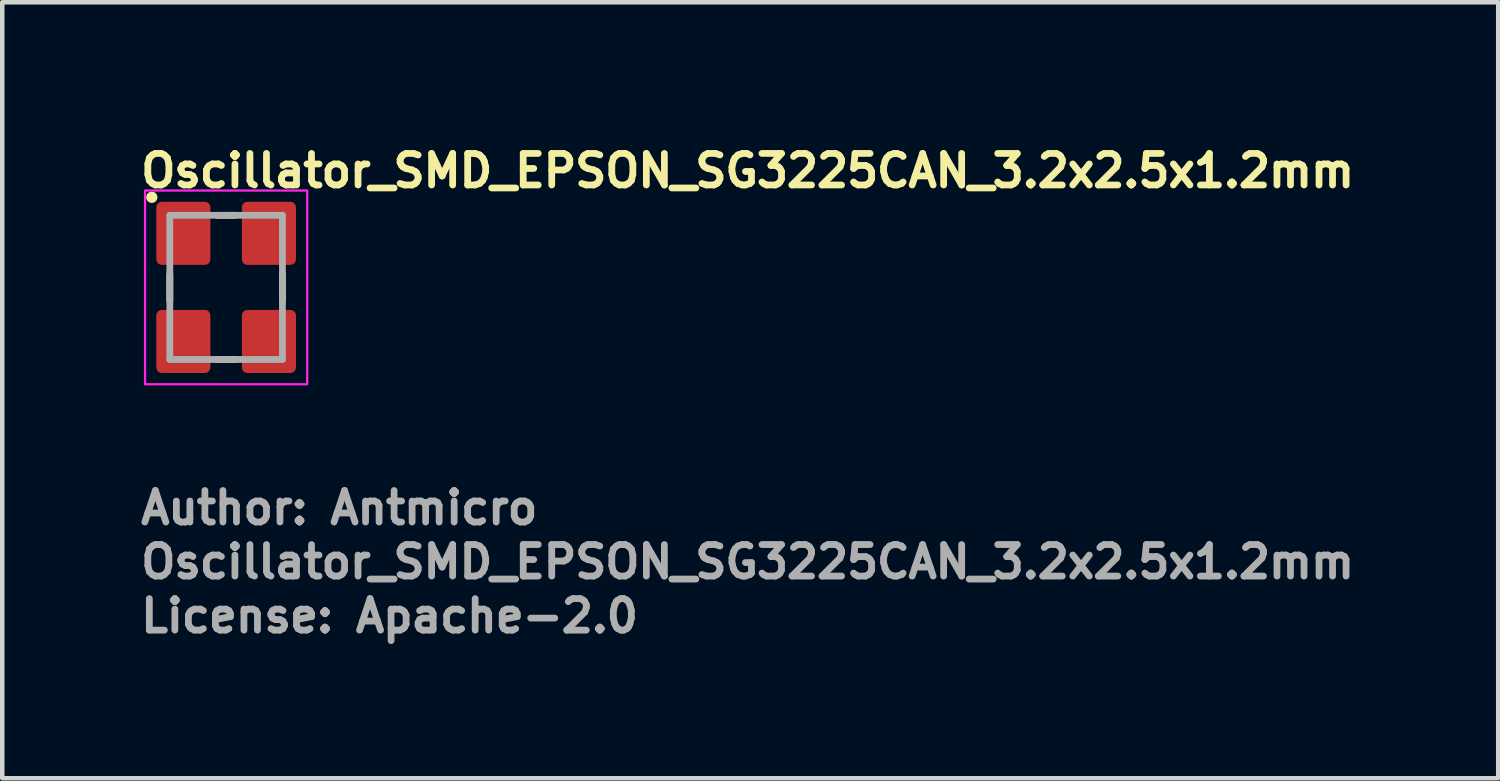
<source format=kicad_pcb>
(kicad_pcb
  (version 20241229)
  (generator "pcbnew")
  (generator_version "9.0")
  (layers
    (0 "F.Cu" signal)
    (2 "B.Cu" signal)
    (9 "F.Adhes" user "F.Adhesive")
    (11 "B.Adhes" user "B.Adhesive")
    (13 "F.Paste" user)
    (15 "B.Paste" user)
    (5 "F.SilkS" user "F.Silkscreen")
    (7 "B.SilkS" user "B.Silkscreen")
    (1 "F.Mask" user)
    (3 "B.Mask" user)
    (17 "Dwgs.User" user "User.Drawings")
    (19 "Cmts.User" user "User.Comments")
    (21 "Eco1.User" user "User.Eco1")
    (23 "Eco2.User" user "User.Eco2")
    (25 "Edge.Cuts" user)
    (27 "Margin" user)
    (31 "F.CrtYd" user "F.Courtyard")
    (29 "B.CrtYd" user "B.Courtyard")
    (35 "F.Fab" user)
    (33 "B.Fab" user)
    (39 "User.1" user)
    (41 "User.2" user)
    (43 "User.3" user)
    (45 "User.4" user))
  (footprint "Oscillator_SMD_EPSON_SG3225CAN_3.2x2.5x1.2mm"
    (layer "F.Cu")
    (at 1.97 3.33)
    (property "Reference" "Oscillator_SMD_EPSON_SG3225CAN_3.2x2.5x1.2mm" (at -1.97 -2.18 0) (unlocked yes) (layer "F.SilkS") (effects (font (size 0.7 0.7) (thickness 0.15)) (justify left bottom)))
    (attr smd)
    (fp_line (start -1.25 -0.3) (end -1.25 0.3) (stroke (width 0.15) (type solid)) (layer "F.SilkS"))
    (fp_line (start -0.2 -1.6) (end 0.2 -1.6) (stroke (width 0.15) (type solid)) (layer "F.SilkS"))
    (fp_line (start -0.2 1.6) (end 0.2 1.6) (stroke (width 0.15) (type solid)) (layer "F.SilkS"))
    (fp_line (start 1.25 -0.3) (end 1.25 0.3) (stroke (width 0.15) (type solid)) (layer "F.SilkS"))
    (fp_circle (center -1.65 -2) (end -1.6 -2) (stroke (width 0.15) (type solid)) (fill yes) (layer "F.SilkS"))
    (fp_rect (start -1.8 -2.15) (end 1.8 2.15) (stroke (width 0.05) (type solid)) (fill no) (layer "F.CrtYd"))
    (fp_line (start -1.25 -1.6) (end -1.25 1.6) (stroke (width 0.15) (type solid)) (layer "F.Fab"))
    (fp_line (start 1.25 -1.6) (end -1.25 -1.6) (stroke (width 0.15) (type solid)) (layer "F.Fab"))
    (fp_line (start 1.25 -1.6) (end 1.25 1.6) (stroke (width 0.15) (type solid)) (layer "F.Fab"))
    (fp_line (start 1.25 1.6) (end -1.25 1.6) (stroke (width 0.15) (type solid)) (layer "F.Fab"))
    (fp_rect (start -1.25 -1.6) (end 1.25 1.6) (stroke (width 0.1) (type solid)) (fill no) (layer "User.5"))
    (fp_line (start -1.25 -1.475) (end -1.25 1.475) (stroke (width 0.02) (type solid)) (layer "User.9"))
    (fp_line (start -1.25 -1.475) (end -1.244 -1.475) (stroke (width 0.02) (type solid)) (layer "User.9"))
    (fp_line (start -1.244 -1.475) (end -1.238 -1.476) (stroke (width 0.02) (type solid)) (layer "User.9"))
    (fp_line (start -1.244 1.475) (end -1.25 1.475) (stroke (width 0.02) (type solid)) (layer "User.9"))
    (fp_line (start -1.238 -1.476) (end -1.232 -1.476) (stroke (width 0.02) (type solid)) (layer "User.9"))
    (fp_line (start -1.238 1.476) (end -1.244 1.475) (stroke (width 0.02) (type solid)) (layer "User.9"))
    (fp_line (start -1.232 -1.476) (end -1.226 -1.477) (stroke (width 0.02) (type solid)) (layer "User.9"))
    (fp_line (start -1.232 1.476) (end -1.238 1.476) (stroke (width 0.02) (type solid)) (layer "User.9"))
    (fp_line (start -1.226 -1.477) (end -1.22 -1.479) (stroke (width 0.02) (type solid)) (layer "User.9"))
    (fp_line (start -1.226 1.477) (end -1.232 1.476) (stroke (width 0.02) (type solid)) (layer "User.9"))
    (fp_line (start -1.22 -1.479) (end -1.214 -1.48) (stroke (width 0.02) (type solid)) (layer "User.9"))
    (fp_line (start -1.22 1.479) (end -1.226 1.477) (stroke (width 0.02) (type solid)) (layer "User.9"))
    (fp_line (start -1.214 -1.48) (end -1.208 -1.482) (stroke (width 0.02) (type solid)) (layer "User.9"))
    (fp_line (start -1.214 1.48) (end -1.22 1.479) (stroke (width 0.02) (type solid)) (layer "User.9"))
    (fp_line (start -1.208 -1.482) (end -1.202 -1.485) (stroke (width 0.02) (type solid)) (layer "User.9"))
    (fp_line (start -1.208 1.482) (end -1.214 1.48) (stroke (width 0.02) (type solid)) (layer "User.9"))
    (fp_line (start -1.202 -1.485) (end -1.197 -1.487) (stroke (width 0.02) (type solid)) (layer "User.9"))
    (fp_line (start -1.202 1.485) (end -1.208 1.482) (stroke (width 0.02) (type solid)) (layer "User.9"))
    (fp_line (start -1.197 -1.487) (end -1.191 -1.49) (stroke (width 0.02) (type solid)) (layer "User.9"))
    (fp_line (start -1.197 1.487) (end -1.202 1.485) (stroke (width 0.02) (type solid)) (layer "User.9"))
    (fp_line (start -1.191 -1.49) (end -1.186 -1.493) (stroke (width 0.02) (type solid)) (layer "User.9"))
    (fp_line (start -1.191 1.49) (end -1.197 1.487) (stroke (width 0.02) (type solid)) (layer "User.9"))
    (fp_line (start -1.186 -1.493) (end -1.181 -1.496) (stroke (width 0.02) (type solid)) (layer "User.9"))
    (fp_line (start -1.186 1.493) (end -1.191 1.49) (stroke (width 0.02) (type solid)) (layer "User.9"))
    (fp_line (start -1.181 -1.496) (end -1.176 -1.5) (stroke (width 0.02) (type solid)) (layer "User.9"))
    (fp_line (start -1.181 1.496) (end -1.186 1.493) (stroke (width 0.02) (type solid)) (layer "User.9"))
    (fp_line (start -1.176 -1.5) (end -1.171 -1.503) (stroke (width 0.02) (type solid)) (layer "User.9"))
    (fp_line (start -1.176 1.5) (end -1.181 1.496) (stroke (width 0.02) (type solid)) (layer "User.9"))
    (fp_line (start -1.171 -1.503) (end -1.166 -1.507) (stroke (width 0.02) (type solid)) (layer "User.9"))
    (fp_line (start -1.171 1.503) (end -1.176 1.5) (stroke (width 0.02) (type solid)) (layer "User.9"))
    (fp_line (start -1.166 -1.507) (end -1.162 -1.512) (stroke (width 0.02) (type solid)) (layer "User.9"))
    (fp_line (start -1.166 1.507) (end -1.171 1.503) (stroke (width 0.02) (type solid)) (layer "User.9"))
    (fp_line (start -1.162 -1.512) (end -1.162 -1.512) (stroke (width 0.02) (type solid)) (layer "User.9"))
    (fp_line (start -1.162 -1.512) (end -1.157 -1.516) (stroke (width 0.02) (type solid)) (layer "User.9"))
    (fp_line (start -1.162 1.512) (end -1.166 1.507) (stroke (width 0.02) (type solid)) (layer "User.9"))
    (fp_line (start -1.162 1.512) (end -1.162 1.512) (stroke (width 0.02) (type solid)) (layer "User.9"))
    (fp_line (start -1.157 -1.516) (end -1.153 -1.521) (stroke (width 0.02) (type solid)) (layer "User.9"))
    (fp_line (start -1.157 1.516) (end -1.162 1.512) (stroke (width 0.02) (type solid)) (layer "User.9"))
    (fp_line (start -1.153 -1.521) (end -1.15 -1.526) (stroke (width 0.02) (type solid)) (layer "User.9"))
    (fp_line (start -1.153 1.521) (end -1.157 1.516) (stroke (width 0.02) (type solid)) (layer "User.9"))
    (fp_line (start -1.15 -1.526) (end -1.146 -1.531) (stroke (width 0.02) (type solid)) (layer "User.9"))
    (fp_line (start -1.15 -1.41) (end -1.15 -1.405) (stroke (width 0.02) (type solid)) (layer "User.9"))
    (fp_line (start -1.15 -1.405) (end -1.15 -1.4) (stroke (width 0.02) (type solid)) (layer "User.9"))
    (fp_line (start -1.15 -1.4) (end -1.15 1.4) (stroke (width 0.02) (type solid)) (layer "User.9"))
    (fp_line (start -1.15 1.4) (end -1.15 1.405) (stroke (width 0.02) (type solid)) (layer "User.9"))
    (fp_line (start -1.15 1.405) (end -1.15 1.41) (stroke (width 0.02) (type solid)) (layer "User.9"))
    (fp_line (start -1.15 1.41) (end -1.149 1.415) (stroke (width 0.02) (type solid)) (layer "User.9"))
    (fp_line (start -1.15 1.526) (end -1.153 1.521) (stroke (width 0.02) (type solid)) (layer "User.9"))
    (fp_line (start -1.149 -1.415) (end -1.15 -1.41) (stroke (width 0.02) (type solid)) (layer "User.9"))
    (fp_line (start -1.149 1.415) (end -1.148 1.42) (stroke (width 0.02) (type solid)) (layer "User.9"))
    (fp_line (start -1.148 -1.42) (end -1.149 -1.415) (stroke (width 0.02) (type solid)) (layer "User.9"))
    (fp_line (start -1.148 1.42) (end -1.147 1.424) (stroke (width 0.02) (type solid)) (layer "User.9"))
    (fp_line (start -1.147 -1.424) (end -1.148 -1.42) (stroke (width 0.02) (type solid)) (layer "User.9"))
    (fp_line (start -1.147 1.424) (end -1.146 1.429) (stroke (width 0.02) (type solid)) (layer "User.9"))
    (fp_line (start -1.146 -1.531) (end -1.143 -1.536) (stroke (width 0.02) (type solid)) (layer "User.9"))
    (fp_line (start -1.146 -1.429) (end -1.147 -1.424) (stroke (width 0.02) (type solid)) (layer "User.9"))
    (fp_line (start -1.146 1.429) (end -1.144 1.434) (stroke (width 0.02) (type solid)) (layer "User.9"))
    (fp_line (start -1.146 1.531) (end -1.15 1.526) (stroke (width 0.02) (type solid)) (layer "User.9"))
    (fp_line (start -1.144 -1.434) (end -1.146 -1.429) (stroke (width 0.02) (type solid)) (layer "User.9"))
    (fp_line (start -1.144 1.434) (end -1.142 1.438) (stroke (width 0.02) (type solid)) (layer "User.9"))
    (fp_line (start -1.143 -1.536) (end -1.14 -1.541) (stroke (width 0.02) (type solid)) (layer "User.9"))
    (fp_line (start -1.143 1.536) (end -1.146 1.531) (stroke (width 0.02) (type solid)) (layer "User.9"))
    (fp_line (start -1.142 -1.438) (end -1.144 -1.434) (stroke (width 0.02) (type solid)) (layer "User.9"))
    (fp_line (start -1.142 1.438) (end -1.14 1.443) (stroke (width 0.02) (type solid)) (layer "User.9"))
    (fp_line (start -1.14 -1.541) (end -1.137 -1.547) (stroke (width 0.02) (type solid)) (layer "User.9"))
    (fp_line (start -1.14 -1.443) (end -1.142 -1.438) (stroke (width 0.02) (type solid)) (layer "User.9"))
    (fp_line (start -1.14 1.443) (end -1.138 1.447) (stroke (width 0.02) (type solid)) (layer "User.9"))
    (fp_line (start -1.14 1.541) (end -1.143 1.536) (stroke (width 0.02) (type solid)) (layer "User.9"))
    (fp_line (start -1.138 -1.447) (end -1.14 -1.443) (stroke (width 0.02) (type solid)) (layer "User.9"))
    (fp_line (start -1.138 1.447) (end -1.136 1.451) (stroke (width 0.02) (type solid)) (layer "User.9"))
    (fp_line (start -1.137 -1.547) (end -1.135 -1.552) (stroke (width 0.02) (type solid)) (layer "User.9"))
    (fp_line (start -1.137 1.547) (end -1.14 1.541) (stroke (width 0.02) (type solid)) (layer "User.9"))
    (fp_line (start -1.136 -1.451) (end -1.138 -1.447) (stroke (width 0.02) (type solid)) (layer "User.9"))
    (fp_line (start -1.136 1.451) (end -1.133 1.455) (stroke (width 0.02) (type solid)) (layer "User.9"))
    (fp_line (start -1.135 -1.552) (end -1.132 -1.558) (stroke (width 0.02) (type solid)) (layer "User.9"))
    (fp_line (start -1.135 1.552) (end -1.137 1.547) (stroke (width 0.02) (type solid)) (layer "User.9"))
    (fp_line (start -1.133 -1.455) (end -1.136 -1.451) (stroke (width 0.02) (type solid)) (layer "User.9"))
    (fp_line (start -1.133 1.455) (end -1.13 1.459) (stroke (width 0.02) (type solid)) (layer "User.9"))
    (fp_line (start -1.132 -1.558) (end -1.13 -1.564) (stroke (width 0.02) (type solid)) (layer "User.9"))
    (fp_line (start -1.132 1.558) (end -1.135 1.552) (stroke (width 0.02) (type solid)) (layer "User.9"))
    (fp_line (start -1.13 -1.564) (end -1.129 -1.57) (stroke (width 0.02) (type solid)) (layer "User.9"))
    (fp_line (start -1.13 -1.459) (end -1.133 -1.455) (stroke (width 0.02) (type solid)) (layer "User.9"))
    (fp_line (start -1.13 1.459) (end -1.127 1.463) (stroke (width 0.02) (type solid)) (layer "User.9"))
    (fp_line (start -1.13 1.564) (end -1.132 1.558) (stroke (width 0.02) (type solid)) (layer "User.9"))
    (fp_line (start -1.129 -1.57) (end -1.127 -1.575) (stroke (width 0.02) (type solid)) (layer "User.9"))
    (fp_line (start -1.129 1.57) (end -1.13 1.564) (stroke (width 0.02) (type solid)) (layer "User.9"))
    (fp_line (start -1.127 -1.575) (end -1.126 -1.582) (stroke (width 0.02) (type solid)) (layer "User.9"))
    (fp_line (start -1.127 -1.463) (end -1.13 -1.459) (stroke (width 0.02) (type solid)) (layer "User.9"))
    (fp_line (start -1.127 1.463) (end -1.124 1.467) (stroke (width 0.02) (type solid)) (layer "User.9"))
    (fp_line (start -1.127 1.575) (end -1.129 1.57) (stroke (width 0.02) (type solid)) (layer "User.9"))
    (fp_line (start -1.126 -1.588) (end -1.125 -1.594) (stroke (width 0.02) (type solid)) (layer "User.9"))
    (fp_line (start -1.126 -1.582) (end -1.126 -1.588) (stroke (width 0.02) (type solid)) (layer "User.9"))
    (fp_line (start -1.126 1.582) (end -1.127 1.575) (stroke (width 0.02) (type solid)) (layer "User.9"))
    (fp_line (start -1.126 1.588) (end -1.126 1.582) (stroke (width 0.02) (type solid)) (layer "User.9"))
    (fp_line (start -1.125 -1.6) (end -0.55 -1.6) (stroke (width 0.02) (type solid)) (layer "User.9"))
    (fp_line (start -1.125 -1.594) (end -1.125 -1.6) (stroke (width 0.02) (type solid)) (layer "User.9"))
    (fp_line (start -1.125 1.594) (end -1.126 1.588) (stroke (width 0.02) (type solid)) (layer "User.9"))
    (fp_line (start -1.125 1.6) (end -1.125 1.594) (stroke (width 0.02) (type solid)) (layer "User.9"))
    (fp_line (start -1.125 1.6) (end -0.55 1.6) (stroke (width 0.02) (type solid)) (layer "User.9"))
    (fp_line (start -1.124 -1.467) (end -1.127 -1.463) (stroke (width 0.02) (type solid)) (layer "User.9"))
    (fp_line (start -1.124 1.467) (end -1.121 1.471) (stroke (width 0.02) (type solid)) (layer "User.9"))
    (fp_line (start -1.121 -1.471) (end -1.124 -1.467) (stroke (width 0.02) (type solid)) (layer "User.9"))
    (fp_line (start -1.121 -1.471) (end -1.121 -1.471) (stroke (width 0.02) (type solid)) (layer "User.9"))
    (fp_line (start -1.121 1.471) (end -1.121 1.471) (stroke (width 0.02) (type solid)) (layer "User.9"))
    (fp_line (start -1.121 1.471) (end -1.117 1.474) (stroke (width 0.02) (type solid)) (layer "User.9"))
    (fp_line (start -1.117 -1.474) (end -1.121 -1.471) (stroke (width 0.02) (type solid)) (layer "User.9"))
    (fp_line (start -1.117 1.474) (end -1.113 1.477) (stroke (width 0.02) (type solid)) (layer "User.9"))
    (fp_line (start -1.113 -1.477) (end -1.117 -1.474) (stroke (width 0.02) (type solid)) (layer "User.9"))
    (fp_line (start -1.113 1.477) (end -1.109 1.48) (stroke (width 0.02) (type solid)) (layer "User.9"))
    (fp_line (start -1.109 -1.48) (end -1.113 -1.477) (stroke (width 0.02) (type solid)) (layer "User.9"))
    (fp_line (start -1.109 1.48) (end -1.105 1.483) (stroke (width 0.02) (type solid)) (layer "User.9"))
    (fp_line (start -1.105 -1.483) (end -1.109 -1.48) (stroke (width 0.02) (type solid)) (layer "User.9"))
    (fp_line (start -1.105 1.483) (end -1.101 1.486) (stroke (width 0.02) (type solid)) (layer "User.9"))
    (fp_line (start -1.101 -1.486) (end -1.105 -1.483) (stroke (width 0.02) (type solid)) (layer "User.9"))
    (fp_line (start -1.101 1.486) (end -1.097 1.488) (stroke (width 0.02) (type solid)) (layer "User.9"))
    (fp_line (start -1.1 -1.405) (end -1.1 -1.402) (stroke (width 0.02) (type solid)) (layer "User.9"))
    (fp_line (start -1.1 -1.402) (end -1.1 -1.4) (stroke (width 0.02) (type solid)) (layer "User.9"))
    (fp_line (start -1.1 -1.4) (end -1.1 1.4) (stroke (width 0.02) (type solid)) (layer "User.9"))
    (fp_line (start -1.1 1.4) (end -1.1 1.402) (stroke (width 0.02) (type solid)) (layer "User.9"))
    (fp_line (start -1.1 1.402) (end -1.1 1.405) (stroke (width 0.02) (type solid)) (layer "User.9"))
    (fp_line (start -1.1 1.405) (end -1.099 1.407) (stroke (width 0.02) (type solid)) (layer "User.9"))
    (fp_line (start -1.099 -1.41) (end -1.099 -1.407) (stroke (width 0.02) (type solid)) (layer "User.9"))
    (fp_line (start -1.099 -1.407) (end -1.1 -1.405) (stroke (width 0.02) (type solid)) (layer "User.9"))
    (fp_line (start -1.099 1.407) (end -1.099 1.41) (stroke (width 0.02) (type solid)) (layer "User.9"))
    (fp_line (start -1.099 1.41) (end -1.098 1.412) (stroke (width 0.02) (type solid)) (layer "User.9"))
    (fp_line (start -1.098 -1.415) (end -1.098 -1.412) (stroke (width 0.02) (type solid)) (layer "User.9"))
    (fp_line (start -1.098 -1.412) (end -1.099 -1.41) (stroke (width 0.02) (type solid)) (layer "User.9"))
    (fp_line (start -1.098 1.412) (end -1.098 1.415) (stroke (width 0.02) (type solid)) (layer "User.9"))
    (fp_line (start -1.098 1.415) (end -1.097 1.417) (stroke (width 0.02) (type solid)) (layer "User.9"))
    (fp_line (start -1.097 -1.488) (end -1.101 -1.486) (stroke (width 0.02) (type solid)) (layer "User.9"))
    (fp_line (start -1.097 -1.417) (end -1.098 -1.415) (stroke (width 0.02) (type solid)) (layer "User.9"))
    (fp_line (start -1.097 1.417) (end -1.096 1.419) (stroke (width 0.02) (type solid)) (layer "User.9"))
    (fp_line (start -1.097 1.488) (end -1.093 1.49) (stroke (width 0.02) (type solid)) (layer "User.9"))
    (fp_line (start -1.096 -1.419) (end -1.097 -1.417) (stroke (width 0.02) (type solid)) (layer "User.9"))
    (fp_line (start -1.096 1.419) (end -1.095 1.421) (stroke (width 0.02) (type solid)) (layer "User.9"))
    (fp_line (start -1.095 -1.421) (end -1.096 -1.419) (stroke (width 0.02) (type solid)) (layer "User.9"))
    (fp_line (start -1.095 1.421) (end -1.094 1.424) (stroke (width 0.02) (type solid)) (layer "User.9"))
    (fp_line (start -1.094 -1.424) (end -1.095 -1.421) (stroke (width 0.02) (type solid)) (layer "User.9"))
    (fp_line (start -1.094 1.424) (end -1.093 1.426) (stroke (width 0.02) (type solid)) (layer "User.9"))
    (fp_line (start -1.093 -1.49) (end -1.097 -1.488) (stroke (width 0.02) (type solid)) (layer "User.9"))
    (fp_line (start -1.093 -1.426) (end -1.094 -1.424) (stroke (width 0.02) (type solid)) (layer "User.9"))
    (fp_line (start -1.093 1.426) (end -1.092 1.428) (stroke (width 0.02) (type solid)) (layer "User.9"))
    (fp_line (start -1.093 1.49) (end -1.088 1.492) (stroke (width 0.02) (type solid)) (layer "User.9"))
    (fp_line (start -1.092 -1.428) (end -1.093 -1.426) (stroke (width 0.02) (type solid)) (layer "User.9"))
    (fp_line (start -1.092 1.428) (end -1.09 1.43) (stroke (width 0.02) (type solid)) (layer "User.9"))
    (fp_line (start -1.09 -1.43) (end -1.092 -1.428) (stroke (width 0.02) (type solid)) (layer "User.9"))
    (fp_line (start -1.09 1.43) (end -1.089 1.432) (stroke (width 0.02) (type solid)) (layer "User.9"))
    (fp_line (start -1.089 -1.432) (end -1.09 -1.43) (stroke (width 0.02) (type solid)) (layer "User.9"))
    (fp_line (start -1.089 1.432) (end -1.087 1.434) (stroke (width 0.02) (type solid)) (layer "User.9"))
    (fp_line (start -1.088 -1.492) (end -1.093 -1.49) (stroke (width 0.02) (type solid)) (layer "User.9"))
    (fp_line (start -1.088 1.492) (end -1.084 1.494) (stroke (width 0.02) (type solid)) (layer "User.9"))
    (fp_line (start -1.087 -1.434) (end -1.089 -1.432) (stroke (width 0.02) (type solid)) (layer "User.9"))
    (fp_line (start -1.087 1.434) (end -1.085 1.435) (stroke (width 0.02) (type solid)) (layer "User.9"))
    (fp_line (start -1.085 -1.435) (end -1.087 -1.434) (stroke (width 0.02) (type solid)) (layer "User.9"))
    (fp_line (start -1.085 -1.435) (end -1.085 -1.435) (stroke (width 0.02) (type solid)) (layer "User.9"))
    (fp_line (start -1.085 1.435) (end -1.085 1.435) (stroke (width 0.02) (type solid)) (layer "User.9"))
    (fp_line (start -1.085 1.435) (end -1.084 1.437) (stroke (width 0.02) (type solid)) (layer "User.9"))
    (fp_line (start -1.084 -1.494) (end -1.088 -1.492) (stroke (width 0.02) (type solid)) (layer "User.9"))
    (fp_line (start -1.084 -1.437) (end -1.085 -1.435) (stroke (width 0.02) (type solid)) (layer "User.9"))
    (fp_line (start -1.084 1.437) (end -1.082 1.439) (stroke (width 0.02) (type solid)) (layer "User.9"))
    (fp_line (start -1.084 1.494) (end -1.079 1.496) (stroke (width 0.02) (type solid)) (layer "User.9"))
    (fp_line (start -1.082 -1.439) (end -1.084 -1.437) (stroke (width 0.02) (type solid)) (layer "User.9"))
    (fp_line (start -1.082 1.439) (end -1.08 1.44) (stroke (width 0.02) (type solid)) (layer "User.9"))
    (fp_line (start -1.08 -1.44) (end -1.082 -1.439) (stroke (width 0.02) (type solid)) (layer "User.9"))
    (fp_line (start -1.08 1.44) (end -1.078 1.442) (stroke (width 0.02) (type solid)) (layer "User.9"))
    (fp_line (start -1.079 -1.496) (end -1.084 -1.494) (stroke (width 0.02) (type solid)) (layer "User.9"))
    (fp_line (start -1.079 1.496) (end -1.074 1.497) (stroke (width 0.02) (type solid)) (layer "User.9"))
    (fp_line (start -1.078 -1.442) (end -1.08 -1.44) (stroke (width 0.02) (type solid)) (layer "User.9"))
    (fp_line (start -1.078 1.442) (end -1.076 1.443) (stroke (width 0.02) (type solid)) (layer "User.9"))
    (fp_line (start -1.076 -1.443) (end -1.078 -1.442) (stroke (width 0.02) (type solid)) (layer "User.9"))
    (fp_line (start -1.076 1.443) (end -1.074 1.444) (stroke (width 0.02) (type solid)) (layer "User.9"))
    (fp_line (start -1.074 -1.497) (end -1.079 -1.496) (stroke (width 0.02) (type solid)) (layer "User.9"))
    (fp_line (start -1.074 -1.444) (end -1.076 -1.443) (stroke (width 0.02) (type solid)) (layer "User.9"))
    (fp_line (start -1.074 1.444) (end -1.071 1.445) (stroke (width 0.02) (type solid)) (layer "User.9"))
    (fp_line (start -1.074 1.497) (end -1.07 1.498) (stroke (width 0.02) (type solid)) (layer "User.9"))
    (fp_line (start -1.071 -1.445) (end -1.074 -1.444) (stroke (width 0.02) (type solid)) (layer "User.9"))
    (fp_line (start -1.071 1.445) (end -1.069 1.446) (stroke (width 0.02) (type solid)) (layer "User.9"))
    (fp_line (start -1.07 -1.498) (end -1.074 -1.497) (stroke (width 0.02) (type solid)) (layer "User.9"))
    (fp_line (start -1.07 1.498) (end -1.065 1.499) (stroke (width 0.02) (type solid)) (layer "User.9"))
    (fp_line (start -1.069 -1.446) (end -1.071 -1.445) (stroke (width 0.02) (type solid)) (layer "User.9"))
    (fp_line (start -1.069 1.446) (end -1.067 1.447) (stroke (width 0.02) (type solid)) (layer "User.9"))
    (fp_line (start -1.067 -1.447) (end -1.069 -1.446) (stroke (width 0.02) (type solid)) (layer "User.9"))
    (fp_line (start -1.067 1.447) (end -1.065 1.448) (stroke (width 0.02) (type solid)) (layer "User.9"))
    (fp_line (start -1.065 -1.499) (end -1.07 -1.498) (stroke (width 0.02) (type solid)) (layer "User.9"))
    (fp_line (start -1.065 -1.448) (end -1.067 -1.447) (stroke (width 0.02) (type solid)) (layer "User.9"))
    (fp_line (start -1.065 1.448) (end -1.062 1.448) (stroke (width 0.02) (type solid)) (layer "User.9"))
    (fp_line (start -1.065 1.499) (end -1.06 1.5) (stroke (width 0.02) (type solid)) (layer "User.9"))
    (fp_line (start -1.062 -1.448) (end -1.065 -1.448) (stroke (width 0.02) (type solid)) (layer "User.9"))
    (fp_line (start -1.062 1.448) (end -1.06 1.449) (stroke (width 0.02) (type solid)) (layer "User.9"))
    (fp_line (start -1.06 -1.5) (end -1.065 -1.499) (stroke (width 0.02) (type solid)) (layer "User.9"))
    (fp_line (start -1.06 -1.449) (end -1.062 -1.448) (stroke (width 0.02) (type solid)) (layer "User.9"))
    (fp_line (start -1.06 1.449) (end -1.057 1.449) (stroke (width 0.02) (type solid)) (layer "User.9"))
    (fp_line (start -1.06 1.5) (end -1.055 1.5) (stroke (width 0.02) (type solid)) (layer "User.9"))
    (fp_line (start -1.057 -1.449) (end -1.06 -1.449) (stroke (width 0.02) (type solid)) (layer "User.9"))
    (fp_line (start -1.057 1.449) (end -1.055 1.45) (stroke (width 0.02) (type solid)) (layer "User.9"))
    (fp_line (start -1.055 -1.5) (end -1.06 -1.5) (stroke (width 0.02) (type solid)) (layer "User.9"))
    (fp_line (start -1.055 -1.45) (end -1.057 -1.449) (stroke (width 0.02) (type solid)) (layer "User.9"))
    (fp_line (start -1.055 1.45) (end -1.052 1.45) (stroke (width 0.02) (type solid)) (layer "User.9"))
    (fp_line (start -1.055 1.5) (end -1.05 1.5) (stroke (width 0.02) (type solid)) (layer "User.9"))
    (fp_line (start -1.052 -1.45) (end -1.055 -1.45) (stroke (width 0.02) (type solid)) (layer "User.9"))
    (fp_line (start -1.052 1.45) (end -1.05 1.45) (stroke (width 0.02) (type solid)) (layer "User.9"))
    (fp_line (start -1.05 -1.5) (end -1.055 -1.5) (stroke (width 0.02) (type solid)) (layer "User.9"))
    (fp_line (start -1.05 -1.45) (end -1.052 -1.45) (stroke (width 0.02) (type solid)) (layer "User.9"))
    (fp_line (start -1.05 1.45) (end 1.05 1.45) (stroke (width 0.02) (type solid)) (layer "User.9"))
    (fp_line (start -1.05 1.5) (end 1.05 1.5) (stroke (width 0.02) (type solid)) (layer "User.9"))
    (fp_line (start -0.55 -1.6) (end -0.49 -1.54) (stroke (width 0.02) (type solid)) (layer "User.9"))
    (fp_line (start -0.49 -1.54) (end -0.31 -1.54) (stroke (width 0.02) (type solid)) (layer "User.9"))
    (fp_line (start -0.49 1.54) (end -0.55 1.6) (stroke (width 0.02) (type solid)) (layer "User.9"))
    (fp_line (start -0.31 -1.54) (end -0.25 -1.6) (stroke (width 0.02) (type solid)) (layer "User.9"))
    (fp_line (start -0.31 1.54) (end -0.49 1.54) (stroke (width 0.02) (type solid)) (layer "User.9"))
    (fp_line (start -0.25 -1.6) (end 0.25 -1.6) (stroke (width 0.02) (type solid)) (layer "User.9"))
    (fp_line (start -0.25 1.6) (end -0.31 1.54) (stroke (width 0.02) (type solid)) (layer "User.9"))
    (fp_line (start -0.25 1.6) (end 0.25 1.6) (stroke (width 0.02) (type solid)) (layer "User.9"))
    (fp_line (start 0.25 -1.6) (end 0.31 -1.54) (stroke (width 0.02) (type solid)) (layer "User.9"))
    (fp_line (start 0.31 -1.54) (end 0.49 -1.54) (stroke (width 0.02) (type solid)) (layer "User.9"))
    (fp_line (start 0.31 1.54) (end 0.25 1.6) (stroke (width 0.02) (type solid)) (layer "User.9"))
    (fp_line (start 0.49 -1.54) (end 0.55 -1.6) (stroke (width 0.02) (type solid)) (layer "User.9"))
    (fp_line (start 0.49 1.54) (end 0.31 1.54) (stroke (width 0.02) (type solid)) (layer "User.9"))
    (fp_line (start 0.55 -1.6) (end 1.125 -1.6) (stroke (width 0.02) (type solid)) (layer "User.9"))
    (fp_line (start 0.55 1.6) (end 0.49 1.54) (stroke (width 0.02) (type solid)) (layer "User.9"))
    (fp_line (start 0.55 1.6) (end 1.125 1.6) (stroke (width 0.02) (type solid)) (layer "User.9"))
    (fp_line (start 1.05 -1.5) (end -1.05 -1.5) (stroke (width 0.02) (type solid)) (layer "User.9"))
    (fp_line (start 1.05 -1.45) (end -1.05 -1.45) (stroke (width 0.02) (type solid)) (layer "User.9"))
    (fp_line (start 1.05 1.45) (end 1.052 1.45) (stroke (width 0.02) (type solid)) (layer "User.9"))
    (fp_line (start 1.05 1.5) (end 1.055 1.5) (stroke (width 0.02) (type solid)) (layer "User.9"))
    (fp_line (start 1.052 -1.45) (end 1.05 -1.45) (stroke (width 0.02) (type solid)) (layer "User.9"))
    (fp_line (start 1.052 1.45) (end 1.055 1.45) (stroke (width 0.02) (type solid)) (layer "User.9"))
    (fp_line (start 1.055 -1.5) (end 1.05 -1.5) (stroke (width 0.02) (type solid)) (layer "User.9"))
    (fp_line (start 1.055 -1.45) (end 1.052 -1.45) (stroke (width 0.02) (type solid)) (layer "User.9"))
    (fp_line (start 1.055 1.45) (end 1.057 1.449) (stroke (width 0.02) (type solid)) (layer "User.9"))
    (fp_line (start 1.055 1.5) (end 1.06 1.5) (stroke (width 0.02) (type solid)) (layer "User.9"))
    (fp_line (start 1.057 -1.449) (end 1.055 -1.45) (stroke (width 0.02) (type solid)) (layer "User.9"))
    (fp_line (start 1.057 1.449) (end 1.06 1.449) (stroke (width 0.02) (type solid)) (layer "User.9"))
    (fp_line (start 1.06 -1.5) (end 1.055 -1.5) (stroke (width 0.02) (type solid)) (layer "User.9"))
    (fp_line (start 1.06 -1.449) (end 1.057 -1.449) (stroke (width 0.02) (type solid)) (layer "User.9"))
    (fp_line (start 1.06 1.449) (end 1.062 1.448) (stroke (width 0.02) (type solid)) (layer "User.9"))
    (fp_line (start 1.06 1.5) (end 1.065 1.499) (stroke (width 0.02) (type solid)) (layer "User.9"))
    (fp_line (start 1.062 -1.448) (end 1.06 -1.449) (stroke (width 0.02) (type solid)) (layer "User.9"))
    (fp_line (start 1.062 1.448) (end 1.065 1.448) (stroke (width 0.02) (type solid)) (layer "User.9"))
    (fp_line (start 1.065 -1.499) (end 1.06 -1.5) (stroke (width 0.02) (type solid)) (layer "User.9"))
    (fp_line (start 1.065 -1.448) (end 1.062 -1.448) (stroke (width 0.02) (type solid)) (layer "User.9"))
    (fp_line (start 1.065 1.448) (end 1.067 1.447) (stroke (width 0.02) (type solid)) (layer "User.9"))
    (fp_line (start 1.065 1.499) (end 1.07 1.498) (stroke (width 0.02) (type solid)) (layer "User.9"))
    (fp_line (start 1.067 -1.447) (end 1.065 -1.448) (stroke (width 0.02) (type solid)) (layer "User.9"))
    (fp_line (start 1.067 1.447) (end 1.069 1.446) (stroke (width 0.02) (type solid)) (layer "User.9"))
    (fp_line (start 1.069 -1.446) (end 1.067 -1.447) (stroke (width 0.02) (type solid)) (layer "User.9"))
    (fp_line (start 1.069 1.446) (end 1.071 1.445) (stroke (width 0.02) (type solid)) (layer "User.9"))
    (fp_line (start 1.07 -1.498) (end 1.065 -1.499) (stroke (width 0.02) (type solid)) (layer "User.9"))
    (fp_line (start 1.07 1.498) (end 1.074 1.497) (stroke (width 0.02) (type solid)) (layer "User.9"))
    (fp_line (start 1.071 -1.445) (end 1.069 -1.446) (stroke (width 0.02) (type solid)) (layer "User.9"))
    (fp_line (start 1.071 1.445) (end 1.074 1.444) (stroke (width 0.02) (type solid)) (layer "User.9"))
    (fp_line (start 1.074 -1.497) (end 1.07 -1.498) (stroke (width 0.02) (type solid)) (layer "User.9"))
    (fp_line (start 1.074 -1.444) (end 1.071 -1.445) (stroke (width 0.02) (type solid)) (layer "User.9"))
    (fp_line (start 1.074 1.444) (end 1.076 1.443) (stroke (width 0.02) (type solid)) (layer "User.9"))
    (fp_line (start 1.074 1.497) (end 1.079 1.496) (stroke (width 0.02) (type solid)) (layer "User.9"))
    (fp_line (start 1.076 -1.443) (end 1.074 -1.444) (stroke (width 0.02) (type solid)) (layer "User.9"))
    (fp_line (start 1.076 1.443) (end 1.078 1.442) (stroke (width 0.02) (type solid)) (layer "User.9"))
    (fp_line (start 1.078 -1.442) (end 1.076 -1.443) (stroke (width 0.02) (type solid)) (layer "User.9"))
    (fp_line (start 1.078 1.442) (end 1.08 1.44) (stroke (width 0.02) (type solid)) (layer "User.9"))
    (fp_line (start 1.079 -1.496) (end 1.074 -1.497) (stroke (width 0.02) (type solid)) (layer "User.9"))
    (fp_line (start 1.079 1.496) (end 1.084 1.494) (stroke (width 0.02) (type solid)) (layer "User.9"))
    (fp_line (start 1.08 -1.44) (end 1.078 -1.442) (stroke (width 0.02) (type solid)) (layer "User.9"))
    (fp_line (start 1.08 1.44) (end 1.082 1.439) (stroke (width 0.02) (type solid)) (layer "User.9"))
    (fp_line (start 1.082 -1.439) (end 1.08 -1.44) (stroke (width 0.02) (type solid)) (layer "User.9"))
    (fp_line (start 1.082 1.439) (end 1.084 1.437) (stroke (width 0.02) (type solid)) (layer "User.9"))
    (fp_line (start 1.084 -1.494) (end 1.079 -1.496) (stroke (width 0.02) (type solid)) (layer "User.9"))
    (fp_line (start 1.084 -1.437) (end 1.082 -1.439) (stroke (width 0.02) (type solid)) (layer "User.9"))
    (fp_line (start 1.084 1.437) (end 1.085 1.435) (stroke (width 0.02) (type solid)) (layer "User.9"))
    (fp_line (start 1.084 1.494) (end 1.088 1.492) (stroke (width 0.02) (type solid)) (layer "User.9"))
    (fp_line (start 1.085 -1.435) (end 1.084 -1.437) (stroke (width 0.02) (type solid)) (layer "User.9"))
    (fp_line (start 1.085 -1.435) (end 1.085 -1.435) (stroke (width 0.02) (type solid)) (layer "User.9"))
    (fp_line (start 1.085 1.435) (end 1.085 1.435) (stroke (width 0.02) (type solid)) (layer "User.9"))
    (fp_line (start 1.085 1.435) (end 1.087 1.434) (stroke (width 0.02) (type solid)) (layer "User.9"))
    (fp_line (start 1.087 -1.434) (end 1.085 -1.435) (stroke (width 0.02) (type solid)) (layer "User.9"))
    (fp_line (start 1.087 1.434) (end 1.089 1.432) (stroke (width 0.02) (type solid)) (layer "User.9"))
    (fp_line (start 1.088 -1.492) (end 1.084 -1.494) (stroke (width 0.02) (type solid)) (layer "User.9"))
    (fp_line (start 1.088 1.492) (end 1.093 1.49) (stroke (width 0.02) (type solid)) (layer "User.9"))
    (fp_line (start 1.089 -1.432) (end 1.087 -1.434) (stroke (width 0.02) (type solid)) (layer "User.9"))
    (fp_line (start 1.089 1.432) (end 1.09 1.43) (stroke (width 0.02) (type solid)) (layer "User.9"))
    (fp_line (start 1.09 -1.43) (end 1.089 -1.432) (stroke (width 0.02) (type solid)) (layer "User.9"))
    (fp_line (start 1.09 1.43) (end 1.092 1.428) (stroke (width 0.02) (type solid)) (layer "User.9"))
    (fp_line (start 1.092 -1.428) (end 1.09 -1.43) (stroke (width 0.02) (type solid)) (layer "User.9"))
    (fp_line (start 1.092 1.428) (end 1.093 1.426) (stroke (width 0.02) (type solid)) (layer "User.9"))
    (fp_line (start 1.093 -1.49) (end 1.088 -1.492) (stroke (width 0.02) (type solid)) (layer "User.9"))
    (fp_line (start 1.093 -1.426) (end 1.092 -1.428) (stroke (width 0.02) (type solid)) (layer "User.9"))
    (fp_line (start 1.093 1.426) (end 1.094 1.424) (stroke (width 0.02) (type solid)) (layer "User.9"))
    (fp_line (start 1.093 1.49) (end 1.097 1.488) (stroke (width 0.02) (type solid)) (layer "User.9"))
    (fp_line (start 1.094 -1.424) (end 1.093 -1.426) (stroke (width 0.02) (type solid)) (layer "User.9"))
    (fp_line (start 1.094 1.424) (end 1.095 1.421) (stroke (width 0.02) (type solid)) (layer "User.9"))
    (fp_line (start 1.095 -1.421) (end 1.094 -1.424) (stroke (width 0.02) (type solid)) (layer "User.9"))
    (fp_line (start 1.095 1.421) (end 1.096 1.419) (stroke (width 0.02) (type solid)) (layer "User.9"))
    (fp_line (start 1.096 -1.419) (end 1.095 -1.421) (stroke (width 0.02) (type solid)) (layer "User.9"))
    (fp_line (start 1.096 1.419) (end 1.097 1.417) (stroke (width 0.02) (type solid)) (layer "User.9"))
    (fp_line (start 1.097 -1.488) (end 1.093 -1.49) (stroke (width 0.02) (type solid)) (layer "User.9"))
    (fp_line (start 1.097 -1.417) (end 1.096 -1.419) (stroke (width 0.02) (type solid)) (layer "User.9"))
    (fp_line (start 1.097 1.417) (end 1.098 1.415) (stroke (width 0.02) (type solid)) (layer "User.9"))
    (fp_line (start 1.097 1.488) (end 1.101 1.486) (stroke (width 0.02) (type solid)) (layer "User.9"))
    (fp_line (start 1.098 -1.415) (end 1.097 -1.417) (stroke (width 0.02) (type solid)) (layer "User.9"))
    (fp_line (start 1.098 -1.412) (end 1.098 -1.415) (stroke (width 0.02) (type solid)) (layer "User.9"))
    (fp_line (start 1.098 1.412) (end 1.099 1.41) (stroke (width 0.02) (type solid)) (layer "User.9"))
    (fp_line (start 1.098 1.415) (end 1.098 1.412) (stroke (width 0.02) (type solid)) (layer "User.9"))
    (fp_line (start 1.099 -1.41) (end 1.098 -1.412) (stroke (width 0.02) (type solid)) (layer "User.9"))
    (fp_line (start 1.099 -1.407) (end 1.099 -1.41) (stroke (width 0.02) (type solid)) (layer "User.9"))
    (fp_line (start 1.099 1.407) (end 1.1 1.405) (stroke (width 0.02) (type solid)) (layer "User.9"))
    (fp_line (start 1.099 1.41) (end 1.099 1.407) (stroke (width 0.02) (type solid)) (layer "User.9"))
    (fp_line (start 1.1 -1.405) (end 1.099 -1.407) (stroke (width 0.02) (type solid)) (layer "User.9"))
    (fp_line (start 1.1 -1.402) (end 1.1 -1.405) (stroke (width 0.02) (type solid)) (layer "User.9"))
    (fp_line (start 1.1 -1.4) (end 1.1 -1.402) (stroke (width 0.02) (type solid)) (layer "User.9"))
    (fp_line (start 1.1 1.4) (end 1.1 -1.4) (stroke (width 0.02) (type solid)) (layer "User.9"))
    (fp_line (start 1.1 1.402) (end 1.1 1.4) (stroke (width 0.02) (type solid)) (layer "User.9"))
    (fp_line (start 1.1 1.405) (end 1.1 1.402) (stroke (width 0.02) (type solid)) (layer "User.9"))
    (fp_line (start 1.101 -1.486) (end 1.097 -1.488) (stroke (width 0.02) (type solid)) (layer "User.9"))
    (fp_line (start 1.101 1.486) (end 1.105 1.483) (stroke (width 0.02) (type solid)) (layer "User.9"))
    (fp_line (start 1.105 -1.483) (end 1.101 -1.486) (stroke (width 0.02) (type solid)) (layer "User.9"))
    (fp_line (start 1.105 1.483) (end 1.109 1.48) (stroke (width 0.02) (type solid)) (layer "User.9"))
    (fp_line (start 1.109 -1.48) (end 1.105 -1.483) (stroke (width 0.02) (type solid)) (layer "User.9"))
    (fp_line (start 1.109 1.48) (end 1.113 1.477) (stroke (width 0.02) (type solid)) (layer "User.9"))
    (fp_line (start 1.113 -1.477) (end 1.109 -1.48) (stroke (width 0.02) (type solid)) (layer "User.9"))
    (fp_line (start 1.113 1.477) (end 1.117 1.474) (stroke (width 0.02) (type solid)) (layer "User.9"))
    (fp_line (start 1.117 -1.474) (end 1.113 -1.477) (stroke (width 0.02) (type solid)) (layer "User.9"))
    (fp_line (start 1.117 1.474) (end 1.121 1.471) (stroke (width 0.02) (type solid)) (layer "User.9"))
    (fp_line (start 1.121 -1.471) (end 1.117 -1.474) (stroke (width 0.02) (type solid)) (layer "User.9"))
    (fp_line (start 1.121 -1.471) (end 1.121 -1.471) (stroke (width 0.02) (type solid)) (layer "User.9"))
    (fp_line (start 1.121 1.471) (end 1.121 1.471) (stroke (width 0.02) (type solid)) (layer "User.9"))
    (fp_line (start 1.121 1.471) (end 1.124 1.467) (stroke (width 0.02) (type solid)) (layer "User.9"))
    (fp_line (start 1.124 -1.467) (end 1.121 -1.471) (stroke (width 0.02) (type solid)) (layer "User.9"))
    (fp_line (start 1.124 1.467) (end 1.127 1.463) (stroke (width 0.02) (type solid)) (layer "User.9"))
    (fp_line (start 1.125 -1.6) (end 1.125 -1.594) (stroke (width 0.02) (type solid)) (layer "User.9"))
    (fp_line (start 1.125 -1.594) (end 1.126 -1.588) (stroke (width 0.02) (type solid)) (layer "User.9"))
    (fp_line (start 1.125 1.594) (end 1.125 1.6) (stroke (width 0.02) (type solid)) (layer "User.9"))
    (fp_line (start 1.126 -1.588) (end 1.126 -1.582) (stroke (width 0.02) (type solid)) (layer "User.9"))
    (fp_line (start 1.126 -1.582) (end 1.127 -1.575) (stroke (width 0.02) (type solid)) (layer "User.9"))
    (fp_line (start 1.126 1.582) (end 1.126 1.588) (stroke (width 0.02) (type solid)) (layer "User.9"))
    (fp_line (start 1.126 1.588) (end 1.125 1.594) (stroke (width 0.02) (type solid)) (layer "User.9"))
    (fp_line (start 1.127 -1.575) (end 1.129 -1.57) (stroke (width 0.02) (type solid)) (layer "User.9"))
    (fp_line (start 1.127 -1.463) (end 1.124 -1.467) (stroke (width 0.02) (type solid)) (layer "User.9"))
    (fp_line (start 1.127 1.463) (end 1.13 1.459) (stroke (width 0.02) (type solid)) (layer "User.9"))
    (fp_line (start 1.127 1.575) (end 1.126 1.582) (stroke (width 0.02) (type solid)) (layer "User.9"))
    (fp_line (start 1.129 -1.57) (end 1.13 -1.564) (stroke (width 0.02) (type solid)) (layer "User.9"))
    (fp_line (start 1.129 1.57) (end 1.127 1.575) (stroke (width 0.02) (type solid)) (layer "User.9"))
    (fp_line (start 1.13 -1.564) (end 1.132 -1.558) (stroke (width 0.02) (type solid)) (layer "User.9"))
    (fp_line (start 1.13 -1.459) (end 1.127 -1.463) (stroke (width 0.02) (type solid)) (layer "User.9"))
    (fp_line (start 1.13 1.459) (end 1.133 1.455) (stroke (width 0.02) (type solid)) (layer "User.9"))
    (fp_line (start 1.13 1.564) (end 1.129 1.57) (stroke (width 0.02) (type solid)) (layer "User.9"))
    (fp_line (start 1.132 -1.558) (end 1.135 -1.552) (stroke (width 0.02) (type solid)) (layer "User.9"))
    (fp_line (start 1.132 1.558) (end 1.13 1.564) (stroke (width 0.02) (type solid)) (layer "User.9"))
    (fp_line (start 1.133 -1.455) (end 1.13 -1.459) (stroke (width 0.02) (type solid)) (layer "User.9"))
    (fp_line (start 1.133 1.455) (end 1.136 1.451) (stroke (width 0.02) (type solid)) (layer "User.9"))
    (fp_line (start 1.135 -1.552) (end 1.137 -1.547) (stroke (width 0.02) (type solid)) (layer "User.9"))
    (fp_line (start 1.135 1.552) (end 1.132 1.558) (stroke (width 0.02) (type solid)) (layer "User.9"))
    (fp_line (start 1.136 -1.451) (end 1.133 -1.455) (stroke (width 0.02) (type solid)) (layer "User.9"))
    (fp_line (start 1.136 1.451) (end 1.138 1.447) (stroke (width 0.02) (type solid)) (layer "User.9"))
    (fp_line (start 1.137 -1.547) (end 1.14 -1.541) (stroke (width 0.02) (type solid)) (layer "User.9"))
    (fp_line (start 1.137 1.547) (end 1.135 1.552) (stroke (width 0.02) (type solid)) (layer "User.9"))
    (fp_line (start 1.138 -1.447) (end 1.136 -1.451) (stroke (width 0.02) (type solid)) (layer "User.9"))
    (fp_line (start 1.138 1.447) (end 1.14 1.443) (stroke (width 0.02) (type solid)) (layer "User.9"))
    (fp_line (start 1.14 -1.541) (end 1.143 -1.536) (stroke (width 0.02) (type solid)) (layer "User.9"))
    (fp_line (start 1.14 -1.443) (end 1.138 -1.447) (stroke (width 0.02) (type solid)) (layer "User.9"))
    (fp_line (start 1.14 1.443) (end 1.142 1.438) (stroke (width 0.02) (type solid)) (layer "User.9"))
    (fp_line (start 1.14 1.541) (end 1.137 1.547) (stroke (width 0.02) (type solid)) (layer "User.9"))
    (fp_line (start 1.142 -1.438) (end 1.14 -1.443) (stroke (width 0.02) (type solid)) (layer "User.9"))
    (fp_line (start 1.142 1.438) (end 1.144 1.434) (stroke (width 0.02) (type solid)) (layer "User.9"))
    (fp_line (start 1.143 -1.536) (end 1.146 -1.531) (stroke (width 0.02) (type solid)) (layer "User.9"))
    (fp_line (start 1.143 1.536) (end 1.14 1.541) (stroke (width 0.02) (type solid)) (layer "User.9"))
    (fp_line (start 1.144 -1.434) (end 1.142 -1.438) (stroke (width 0.02) (type solid)) (layer "User.9"))
    (fp_line (start 1.144 1.434) (end 1.146 1.429) (stroke (width 0.02) (type solid)) (layer "User.9"))
    (fp_line (start 1.146 -1.531) (end 1.15 -1.526) (stroke (width 0.02) (type solid)) (layer "User.9"))
    (fp_line (start 1.146 -1.429) (end 1.144 -1.434) (stroke (width 0.02) (type solid)) (layer "User.9"))
    (fp_line (start 1.146 1.429) (end 1.147 1.424) (stroke (width 0.02) (type solid)) (layer "User.9"))
    (fp_line (start 1.146 1.531) (end 1.143 1.536) (stroke (width 0.02) (type solid)) (layer "User.9"))
    (fp_line (start 1.147 -1.424) (end 1.146 -1.429) (stroke (width 0.02) (type solid)) (layer "User.9"))
    (fp_line (start 1.147 1.424) (end 1.148 1.42) (stroke (width 0.02) (type solid)) (layer "User.9"))
    (fp_line (start 1.148 -1.42) (end 1.147 -1.424) (stroke (width 0.02) (type solid)) (layer "User.9"))
    (fp_line (start 1.148 1.42) (end 1.149 1.415) (stroke (width 0.02) (type solid)) (layer "User.9"))
    (fp_line (start 1.149 -1.415) (end 1.148 -1.42) (stroke (width 0.02) (type solid)) (layer "User.9"))
    (fp_line (start 1.149 1.415) (end 1.15 1.41) (stroke (width 0.02) (type solid)) (layer "User.9"))
    (fp_line (start 1.15 -1.526) (end 1.153 -1.521) (stroke (width 0.02) (type solid)) (layer "User.9"))
    (fp_line (start 1.15 -1.41) (end 1.149 -1.415) (stroke (width 0.02) (type solid)) (layer "User.9"))
    (fp_line (start 1.15 -1.405) (end 1.15 -1.41) (stroke (width 0.02) (type solid)) (layer "User.9"))
    (fp_line (start 1.15 -1.4) (end 1.15 -1.405) (stroke (width 0.02) (type solid)) (layer "User.9"))
    (fp_line (start 1.15 1.4) (end 1.15 -1.4) (stroke (width 0.02) (type solid)) (layer "User.9"))
    (fp_line (start 1.15 1.405) (end 1.15 1.4) (stroke (width 0.02) (type solid)) (layer "User.9"))
    (fp_line (start 1.15 1.41) (end 1.15 1.405) (stroke (width 0.02) (type solid)) (layer "User.9"))
    (fp_line (start 1.15 1.526) (end 1.146 1.531) (stroke (width 0.02) (type solid)) (layer "User.9"))
    (fp_line (start 1.153 -1.521) (end 1.157 -1.516) (stroke (width 0.02) (type solid)) (layer "User.9"))
    (fp_line (start 1.153 1.521) (end 1.15 1.526) (stroke (width 0.02) (type solid)) (layer "User.9"))
    (fp_line (start 1.157 -1.516) (end 1.162 -1.512) (stroke (width 0.02) (type solid)) (layer "User.9"))
    (fp_line (start 1.157 1.516) (end 1.153 1.521) (stroke (width 0.02) (type solid)) (layer "User.9"))
    (fp_line (start 1.162 -1.512) (end 1.162 -1.512) (stroke (width 0.02) (type solid)) (layer "User.9"))
    (fp_line (start 1.162 -1.512) (end 1.166 -1.507) (stroke (width 0.02) (type solid)) (layer "User.9"))
    (fp_line (start 1.162 1.512) (end 1.157 1.516) (stroke (width 0.02) (type solid)) (layer "User.9"))
    (fp_line (start 1.162 1.512) (end 1.162 1.512) (stroke (width 0.02) (type solid)) (layer "User.9"))
    (fp_line (start 1.166 -1.507) (end 1.171 -1.503) (stroke (width 0.02) (type solid)) (layer "User.9"))
    (fp_line (start 1.166 1.507) (end 1.162 1.512) (stroke (width 0.02) (type solid)) (layer "User.9"))
    (fp_line (start 1.171 -1.503) (end 1.176 -1.5) (stroke (width 0.02) (type solid)) (layer "User.9"))
    (fp_line (start 1.171 1.503) (end 1.166 1.507) (stroke (width 0.02) (type solid)) (layer "User.9"))
    (fp_line (start 1.176 -1.5) (end 1.181 -1.496) (stroke (width 0.02) (type solid)) (layer "User.9"))
    (fp_line (start 1.176 1.5) (end 1.171 1.503) (stroke (width 0.02) (type solid)) (layer "User.9"))
    (fp_line (start 1.181 -1.496) (end 1.186 -1.493) (stroke (width 0.02) (type solid)) (layer "User.9"))
    (fp_line (start 1.181 1.496) (end 1.176 1.5) (stroke (width 0.02) (type solid)) (layer "User.9"))
    (fp_line (start 1.186 -1.493) (end 1.191 -1.49) (stroke (width 0.02) (type solid)) (layer "User.9"))
    (fp_line (start 1.186 1.493) (end 1.181 1.496) (stroke (width 0.02) (type solid)) (layer "User.9"))
    (fp_line (start 1.191 -1.49) (end 1.197 -1.487) (stroke (width 0.02) (type solid)) (layer "User.9"))
    (fp_line (start 1.191 1.49) (end 1.186 1.493) (stroke (width 0.02) (type solid)) (layer "User.9"))
    (fp_line (start 1.197 -1.487) (end 1.202 -1.485) (stroke (width 0.02) (type solid)) (layer "User.9"))
    (fp_line (start 1.197 1.487) (end 1.191 1.49) (stroke (width 0.02) (type solid)) (layer "User.9"))
    (fp_line (start 1.202 -1.485) (end 1.208 -1.482) (stroke (width 0.02) (type solid)) (layer "User.9"))
    (fp_line (start 1.202 1.485) (end 1.197 1.487) (stroke (width 0.02) (type solid)) (layer "User.9"))
    (fp_line (start 1.208 -1.482) (end 1.214 -1.48) (stroke (width 0.02) (type solid)) (layer "User.9"))
    (fp_line (start 1.208 1.482) (end 1.202 1.485) (stroke (width 0.02) (type solid)) (layer "User.9"))
    (fp_line (start 1.214 -1.48) (end 1.22 -1.479) (stroke (width 0.02) (type solid)) (layer "User.9"))
    (fp_line (start 1.214 1.48) (end 1.208 1.482) (stroke (width 0.02) (type solid)) (layer "User.9"))
    (fp_line (start 1.22 -1.479) (end 1.226 -1.477) (stroke (width 0.02) (type solid)) (layer "User.9"))
    (fp_line (start 1.22 1.479) (end 1.214 1.48) (stroke (width 0.02) (type solid)) (layer "User.9"))
    (fp_line (start 1.226 -1.477) (end 1.232 -1.476) (stroke (width 0.02) (type solid)) (layer "User.9"))
    (fp_line (start 1.226 1.477) (end 1.22 1.479) (stroke (width 0.02) (type solid)) (layer "User.9"))
    (fp_line (start 1.232 -1.476) (end 1.238 -1.476) (stroke (width 0.02) (type solid)) (layer "User.9"))
    (fp_line (start 1.232 1.476) (end 1.226 1.477) (stroke (width 0.02) (type solid)) (layer "User.9"))
    (fp_line (start 1.238 -1.476) (end 1.244 -1.475) (stroke (width 0.02) (type solid)) (layer "User.9"))
    (fp_line (start 1.238 1.476) (end 1.232 1.476) (stroke (width 0.02) (type solid)) (layer "User.9"))
    (fp_line (start 1.244 -1.475) (end 1.25 -1.475) (stroke (width 0.02) (type solid)) (layer "User.9"))
    (fp_line (start 1.244 1.475) (end 1.238 1.476) (stroke (width 0.02) (type solid)) (layer "User.9"))
    (fp_line (start 1.25 -1.475) (end 1.25 1.475) (stroke (width 0.02) (type solid)) (layer "User.9"))
    (fp_line (start 1.25 1.475) (end 1.244 1.475) (stroke (width 0.02) (type solid)) (layer "User.9"))
    (fp_text user "Author: Antmicro" (at -1.97 5.302 0) (layer "F.Fab") (effects (font (size 0.7 0.7) (thickness 0.15)) (justify left bottom)))
    (fp_text user "${REFERENCE}" (at -1.97 6.502 0) (layer "F.Fab") (effects (font (size 0.7 0.7) (thickness 0.15)) (justify left bottom)))
    (fp_text user "License: Apache-2.0" (at -1.97 7.702 0) (layer "F.Fab") (effects (font (size 0.7 0.7) (thickness 0.15)) (justify left bottom)))
    (pad "1" smd roundrect (at -0.95 -1.2) (size 1.2 1.4) (layers "F.Cu" "F.Mask" "F.Paste") (roundrect_rratio 0.1))
    (pad "2" smd roundrect (at -0.95 1.2) (size 1.2 1.4) (layers "F.Cu" "F.Mask" "F.Paste") (roundrect_rratio 0.1))
    (pad "3" smd roundrect (at 0.95 1.2) (size 1.2 1.4) (layers "F.Cu" "F.Mask" "F.Paste") (roundrect_rratio 0.1))
    (pad "4" smd roundrect (at 0.95 -1.2) (size 1.2 1.4) (layers "F.Cu" "F.Mask" "F.Paste") (roundrect_rratio 0.1)))
  (gr_rect
    (start -3 -3)
    (end 30.21 14.227)
    (stroke (width 0.1) (type default))
    (fill no)
    (layer "Edge.Cuts")))
</source>
